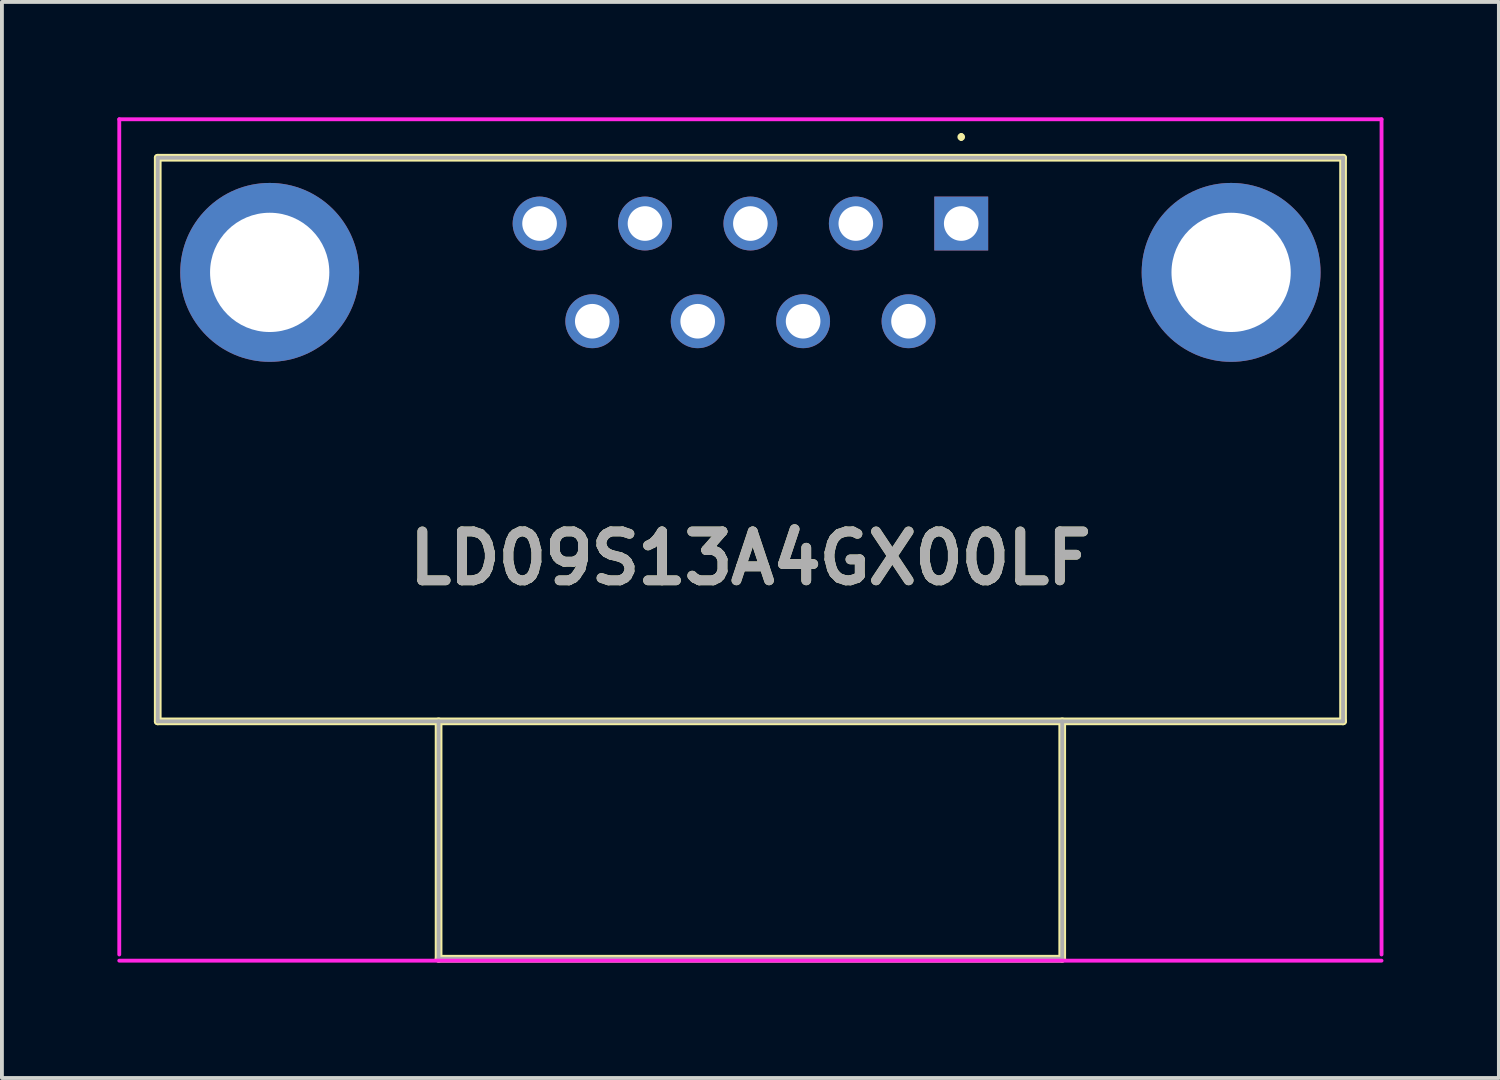
<source format=kicad_pcb>
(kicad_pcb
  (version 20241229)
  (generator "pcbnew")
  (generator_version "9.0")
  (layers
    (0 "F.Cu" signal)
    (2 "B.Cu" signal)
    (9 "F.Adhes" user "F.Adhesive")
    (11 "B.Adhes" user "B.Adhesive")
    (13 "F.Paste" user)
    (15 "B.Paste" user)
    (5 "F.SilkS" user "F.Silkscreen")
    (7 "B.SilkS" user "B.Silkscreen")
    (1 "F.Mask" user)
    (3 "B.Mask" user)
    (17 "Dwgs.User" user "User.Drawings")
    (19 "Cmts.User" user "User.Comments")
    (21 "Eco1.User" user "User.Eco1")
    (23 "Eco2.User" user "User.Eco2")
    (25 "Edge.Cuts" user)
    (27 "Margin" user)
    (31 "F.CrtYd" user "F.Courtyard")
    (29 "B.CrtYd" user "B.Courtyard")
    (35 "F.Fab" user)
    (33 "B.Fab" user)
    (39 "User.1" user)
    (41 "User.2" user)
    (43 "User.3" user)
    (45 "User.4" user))
  (footprint "LD09S13A4GX00LF"
    (layer "F.Cu")
    (at 21.935 2.76)
    (property "Reference" "LD09S13A4GX00LF" (at -5.48 8.7 0) (layer "F.SilkS") (effects (font (size 1.27 1.27) (thickness 0.254))))
    (attr through_hole)
    (fp_line (start -20.885 -1.71) (end 9.925 -1.71) (stroke (width 0.2) (type solid)) (layer "F.SilkS"))
    (fp_line (start -20.885 12.94) (end -20.885 -1.71) (stroke (width 0.2) (type solid)) (layer "F.SilkS"))
    (fp_line (start -13.585 12.94) (end -13.585 19.11) (stroke (width 0.2) (type solid)) (layer "F.SilkS"))
    (fp_line (start -13.585 19.11) (end 2.625 19.11) (stroke (width 0.2) (type solid)) (layer "F.SilkS"))
    (fp_line (start 0 -2.3) (end 0 -2.3) (stroke (width 0.1) (type solid)) (layer "F.SilkS"))
    (fp_line (start 0 -2.2) (end 0 -2.2) (stroke (width 0.1) (type solid)) (layer "F.SilkS"))
    (fp_line (start 2.625 19.11) (end 2.625 12.94) (stroke (width 0.2) (type solid)) (layer "F.SilkS"))
    (fp_line (start 9.925 -1.71) (end 9.925 12.94) (stroke (width 0.2) (type solid)) (layer "F.SilkS"))
    (fp_line (start 9.925 12.94) (end -20.885 12.94) (stroke (width 0.2) (type solid)) (layer "F.SilkS"))
    (fp_arc (start 0 -2.3) (mid 0.05 -2.25) (end 0 -2.2) (stroke (width 0.1) (type solid)) (layer "F.SilkS"))
    (fp_arc (start 0 -2.2) (mid -0.05 -2.25) (end 0 -2.3) (stroke (width 0.1) (type solid)) (layer "F.SilkS"))
    (fp_line (start -21.885 -2.71) (end 10.925 -2.71) (stroke (width 0.1) (type solid)) (layer "F.CrtYd"))
    (fp_line (start -21.885 19) (end -21.885 -2.71) (stroke (width 0.1) (type solid)) (layer "F.CrtYd"))
    (fp_line (start 10.925 -2.71) (end 10.925 19) (stroke (width 0.1) (type solid)) (layer "F.CrtYd"))
    (fp_line (start 10.925 19.16) (end -21.885 19.16) (stroke (width 0.1) (type solid)) (layer "F.CrtYd"))
    (fp_line (start -20.885 -1.71) (end 9.925 -1.71) (stroke (width 0.1) (type solid)) (layer "F.Fab"))
    (fp_line (start -20.885 12.94) (end -20.885 -1.71) (stroke (width 0.1) (type solid)) (layer "F.Fab"))
    (fp_line (start -13.585 12.94) (end -13.585 19.11) (stroke (width 0.1) (type solid)) (layer "F.Fab"))
    (fp_line (start -13.585 19.11) (end 2.625 19.11) (stroke (width 0.1) (type solid)) (layer "F.Fab"))
    (fp_line (start 2.625 19.11) (end 2.625 12.94) (stroke (width 0.1) (type solid)) (layer "F.Fab"))
    (fp_line (start 9.925 -1.71) (end 9.925 12.94) (stroke (width 0.1) (type solid)) (layer "F.Fab"))
    (fp_line (start 9.925 12.94) (end -20.885 12.94) (stroke (width 0.1) (type solid)) (layer "F.Fab"))
    (fp_text user "${REFERENCE}" (at -5.48 8.7 0) (layer "F.Fab") (effects (font (size 1.27 1.27) (thickness 0.254))))
    (pad "1" thru_hole rect (at 0 0) (size 1.4 1.4) (drill 0.9) (layers "*.Cu" "*.Mask"))
    (pad "2" thru_hole circle (at -2.74 0) (size 1.4 1.4) (drill 0.9) (layers "*.Cu" "*.Mask"))
    (pad "3" thru_hole circle (at -5.48 0) (size 1.4 1.4) (drill 0.9) (layers "*.Cu" "*.Mask"))
    (pad "4" thru_hole circle (at -8.22 0) (size 1.4 1.4) (drill 0.9) (layers "*.Cu" "*.Mask"))
    (pad "5" thru_hole circle (at -10.96 0) (size 1.4 1.4) (drill 0.9) (layers "*.Cu" "*.Mask"))
    (pad "6" thru_hole circle (at -1.37 2.54) (size 1.4 1.4) (drill 0.9) (layers "*.Cu" "*.Mask"))
    (pad "7" thru_hole circle (at -4.11 2.54) (size 1.4 1.4) (drill 0.9) (layers "*.Cu" "*.Mask"))
    (pad "8" thru_hole circle (at -6.85 2.54) (size 1.4 1.4) (drill 0.9) (layers "*.Cu" "*.Mask"))
    (pad "9" thru_hole circle (at -9.59 2.54) (size 1.4 1.4) (drill 0.9) (layers "*.Cu" "*.Mask"))
    (pad "10" thru_hole circle (at 7.015 1.27) (size 4.65 4.65) (drill 3.1) (layers "*.Cu" "*.Mask"))
    (pad "11" thru_hole circle (at -17.975 1.27) (size 4.65 4.65) (drill 3.1) (layers "*.Cu" "*.Mask")))
  (gr_rect
    (start -3 -3)
    (end 35.91 24.97)
    (stroke (width 0.1) (type default))
    (fill no)
    (layer "Edge.Cuts")))
</source>
